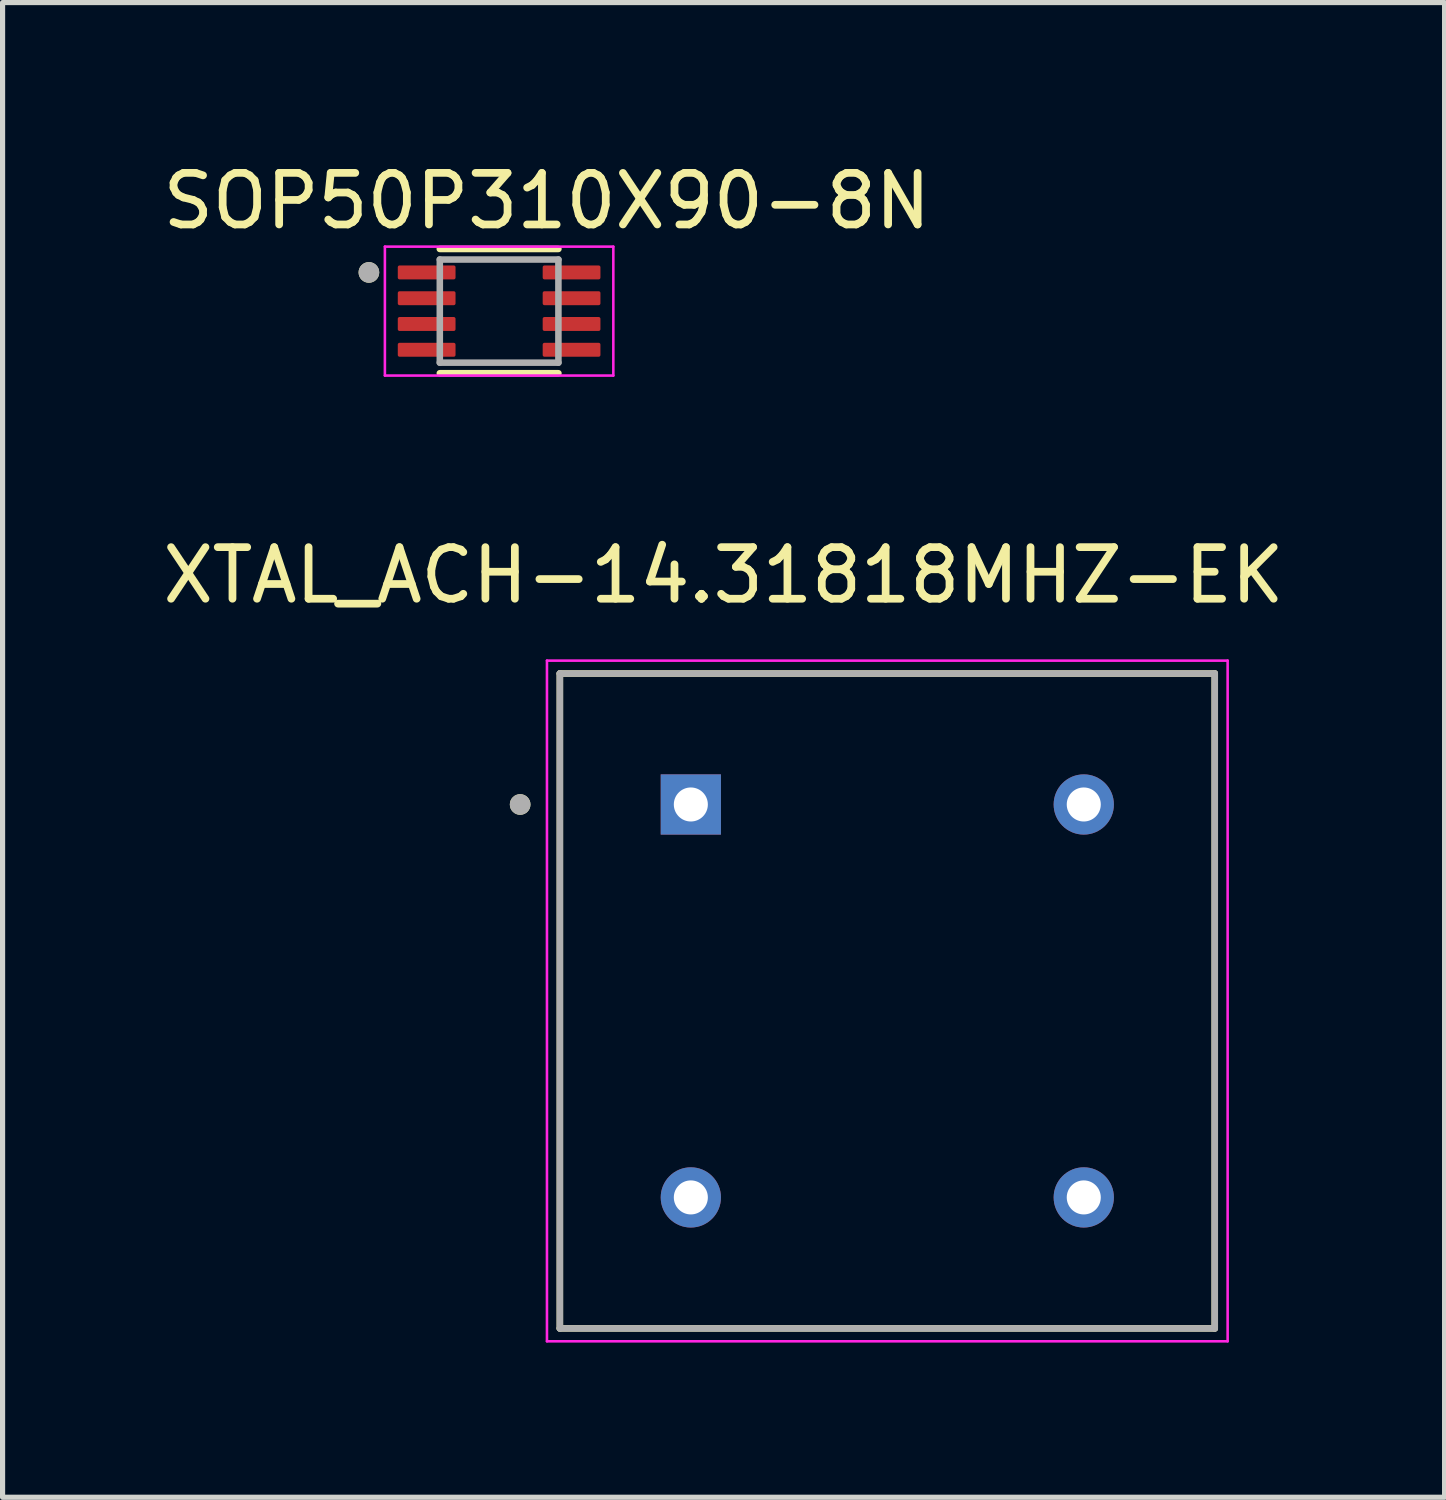
<source format=kicad_pcb>
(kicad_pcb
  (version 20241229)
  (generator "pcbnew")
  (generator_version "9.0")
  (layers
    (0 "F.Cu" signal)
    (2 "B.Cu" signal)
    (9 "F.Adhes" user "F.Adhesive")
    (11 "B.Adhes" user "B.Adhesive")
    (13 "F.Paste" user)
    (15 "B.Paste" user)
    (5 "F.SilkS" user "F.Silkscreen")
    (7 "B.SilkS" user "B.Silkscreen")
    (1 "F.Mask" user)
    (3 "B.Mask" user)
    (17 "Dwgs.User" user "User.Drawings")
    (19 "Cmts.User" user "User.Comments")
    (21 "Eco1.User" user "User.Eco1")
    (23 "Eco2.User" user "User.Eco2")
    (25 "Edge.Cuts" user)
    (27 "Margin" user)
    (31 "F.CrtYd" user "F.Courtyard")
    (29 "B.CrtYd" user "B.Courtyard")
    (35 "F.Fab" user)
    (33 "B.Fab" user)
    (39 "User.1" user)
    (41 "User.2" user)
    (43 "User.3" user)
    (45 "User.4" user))
  (footprint "SOP50P310X90-8N"
    (layer "F.Cu")
    (at 6.629 2.983)
    (property "Reference" "SOP50P310X90-8N" (at 0.925 -2.135 0) (layer "F.SilkS") (effects (font (size 1 1) (thickness 0.15))))
    (attr smd)
    (fp_line (start -1.15 -1.205) (end 1.15 -1.205) (stroke (width 0.127) (type solid)) (layer "F.SilkS"))
    (fp_line (start -1.15 1.205) (end 1.15 1.205) (stroke (width 0.127) (type solid)) (layer "F.SilkS"))
    (fp_circle (center -2.525 -0.75) (end -2.425 -0.75) (stroke (width 0.2) (type solid)) (fill no) (layer "F.SilkS"))
    (fp_line (start -2.215 -1.25) (end -2.215 1.25) (stroke (width 0.05) (type solid)) (layer "F.CrtYd"))
    (fp_line (start -2.215 -1.25) (end 2.215 -1.25) (stroke (width 0.05) (type solid)) (layer "F.CrtYd"))
    (fp_line (start -2.215 1.25) (end 2.215 1.25) (stroke (width 0.05) (type solid)) (layer "F.CrtYd"))
    (fp_line (start 2.215 -1.25) (end 2.215 1.25) (stroke (width 0.05) (type solid)) (layer "F.CrtYd"))
    (fp_line (start -1.15 -1) (end -1.15 1) (stroke (width 0.127) (type solid)) (layer "F.Fab"))
    (fp_line (start -1.15 -1) (end 1.15 -1) (stroke (width 0.127) (type solid)) (layer "F.Fab"))
    (fp_line (start -1.15 1) (end 1.15 1) (stroke (width 0.127) (type solid)) (layer "F.Fab"))
    (fp_line (start 1.15 -1) (end 1.15 1) (stroke (width 0.127) (type solid)) (layer "F.Fab"))
    (fp_circle (center -2.525 -0.75) (end -2.425 -0.75) (stroke (width 0.2) (type solid)) (fill no) (layer "F.Fab"))
    (pad "1" smd roundrect (at -1.405 -0.75) (size 1.12 0.27) (layers "F.Cu" "F.Mask" "F.Paste") (roundrect_rratio 0.125))
    (pad "2" smd roundrect (at -1.405 -0.25) (size 1.12 0.27) (layers "F.Cu" "F.Mask" "F.Paste") (roundrect_rratio 0.125))
    (pad "3" smd roundrect (at -1.405 0.25) (size 1.12 0.27) (layers "F.Cu" "F.Mask" "F.Paste") (roundrect_rratio 0.125))
    (pad "4" smd roundrect (at -1.405 0.75) (size 1.12 0.27) (layers "F.Cu" "F.Mask" "F.Paste") (roundrect_rratio 0.125))
    (pad "5" smd roundrect (at 1.405 0.75) (size 1.12 0.27) (layers "F.Cu" "F.Mask" "F.Paste") (roundrect_rratio 0.125))
    (pad "6" smd roundrect (at 1.405 0.25) (size 1.12 0.27) (layers "F.Cu" "F.Mask" "F.Paste") (roundrect_rratio 0.125))
    (pad "7" smd roundrect (at 1.405 -0.25) (size 1.12 0.27) (layers "F.Cu" "F.Mask" "F.Paste") (roundrect_rratio 0.125))
    (pad "8" smd roundrect (at 1.405 -0.75) (size 1.12 0.27) (layers "F.Cu" "F.Mask" "F.Paste") (roundrect_rratio 0.125)))
  (footprint "XTAL_ACH-14.31818MHZ-EK"
    (layer "F.Cu")
    (at 14.157 16.361)
    (property "Reference" "XTAL_ACH-14.31818MHZ-EK" (at -3.175 -8.255 0) (layer "F.SilkS") (effects (font (size 1 1) (thickness 0.15))))
    (attr through_hole)
    (fp_line (start -6.35 -6.35) (end -6.35 6.35) (stroke (width 0.127) (type solid)) (layer "F.SilkS"))
    (fp_line (start -6.35 6.35) (end 6.35 6.35) (stroke (width 0.127) (type solid)) (layer "F.SilkS"))
    (fp_line (start 6.35 -6.35) (end -6.35 -6.35) (stroke (width 0.127) (type solid)) (layer "F.SilkS"))
    (fp_line (start 6.35 6.35) (end 6.35 -6.35) (stroke (width 0.127) (type solid)) (layer "F.SilkS"))
    (fp_circle (center -7.12 -3.81) (end -7.02 -3.81) (stroke (width 0.2) (type solid)) (fill no) (layer "F.SilkS"))
    (fp_line (start -6.6 -6.6) (end 6.6 -6.6) (stroke (width 0.05) (type solid)) (layer "F.CrtYd"))
    (fp_line (start -6.6 6.6) (end -6.6 -6.6) (stroke (width 0.05) (type solid)) (layer "F.CrtYd"))
    (fp_line (start 6.6 -6.6) (end 6.6 6.6) (stroke (width 0.05) (type solid)) (layer "F.CrtYd"))
    (fp_line (start 6.6 6.6) (end -6.6 6.6) (stroke (width 0.05) (type solid)) (layer "F.CrtYd"))
    (fp_line (start -6.35 -6.35) (end 6.35 -6.35) (stroke (width 0.127) (type solid)) (layer "F.Fab"))
    (fp_line (start -6.35 6.35) (end -6.35 -6.35) (stroke (width 0.127) (type solid)) (layer "F.Fab"))
    (fp_line (start 6.35 -6.35) (end 6.35 6.35) (stroke (width 0.127) (type solid)) (layer "F.Fab"))
    (fp_line (start 6.35 6.35) (end -6.35 6.35) (stroke (width 0.127) (type solid)) (layer "F.Fab"))
    (fp_circle (center -7.12 -3.81) (end -7.02 -3.81) (stroke (width 0.2) (type solid)) (fill no) (layer "F.Fab"))
    (pad "1" thru_hole rect (at -3.81 -3.81) (size 1.168 1.168) (drill 0.66) (layers "*.Cu" "*.Mask"))
    (pad "4" thru_hole circle (at -3.81 3.81) (size 1.168 1.168) (drill 0.66) (layers "*.Cu" "*.Mask"))
    (pad "5" thru_hole circle (at 3.81 3.81) (size 1.168 1.168) (drill 0.66) (layers "*.Cu" "*.Mask"))
    (pad "8" thru_hole circle (at 3.81 -3.81) (size 1.168 1.168) (drill 0.66) (layers "*.Cu" "*.Mask")))
  (gr_rect
    (start -3 -3)
    (end 24.964 25.986)
    (stroke (width 0.1) (type default))
    (fill no)
    (layer "Edge.Cuts")))
</source>
